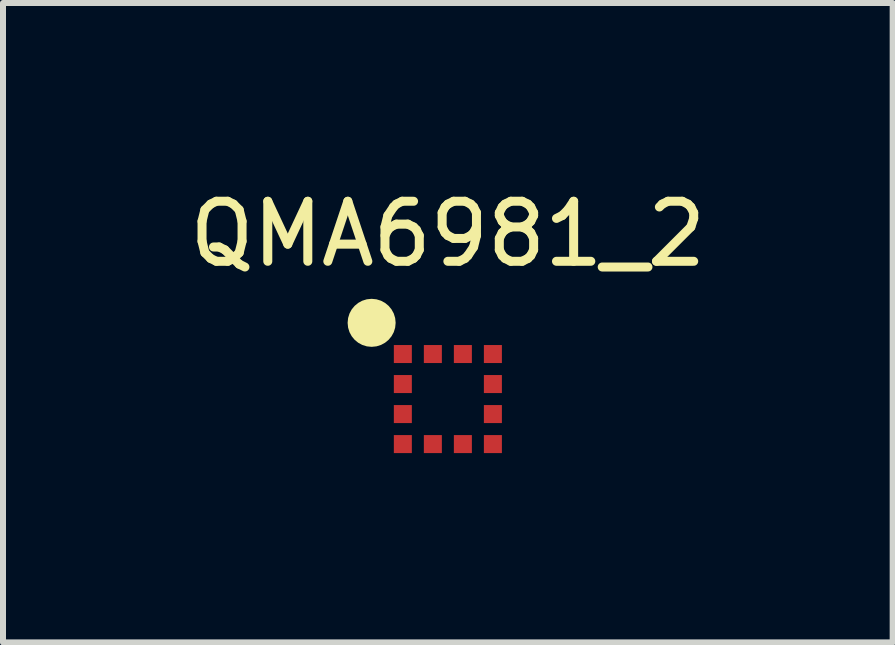
<source format=kicad_pcb>
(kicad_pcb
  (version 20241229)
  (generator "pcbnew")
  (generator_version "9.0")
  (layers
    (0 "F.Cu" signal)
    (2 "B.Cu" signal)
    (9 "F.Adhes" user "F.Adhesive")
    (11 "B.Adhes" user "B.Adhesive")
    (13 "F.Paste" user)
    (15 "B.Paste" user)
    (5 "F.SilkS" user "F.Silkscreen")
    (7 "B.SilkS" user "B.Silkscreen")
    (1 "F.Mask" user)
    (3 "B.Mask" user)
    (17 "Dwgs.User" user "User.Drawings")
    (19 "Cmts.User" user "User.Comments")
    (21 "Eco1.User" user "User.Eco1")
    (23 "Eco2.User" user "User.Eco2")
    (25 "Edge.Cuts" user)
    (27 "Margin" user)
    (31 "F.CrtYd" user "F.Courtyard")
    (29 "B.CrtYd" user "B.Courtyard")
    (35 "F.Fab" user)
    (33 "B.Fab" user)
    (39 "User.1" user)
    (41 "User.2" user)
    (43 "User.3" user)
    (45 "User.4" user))
  (footprint "QMA6981_2"
    (layer "F.Cu")
    (at 4.411 3.598)
    (property "Reference" "QMA6981_2" (at 0 -2.75 0) (layer "F.SilkS") (effects (font (size 1 1) (thickness 0.15))))
    (attr through_hole)
    (fp_poly (pts (xy -1.053 1.053) (xy -1.053 -1.053) (xy -0.473 -1.053) (xy -0.473 1.053)) (stroke (width 0.001) (type solid)) (fill yes) (layer "F.Mask"))
    (fp_poly (pts (xy 1.053 -0.473) (xy -1.053 -0.473) (xy -1.053 -1.053) (xy 1.053 -1.053)) (stroke (width 0.001) (type solid)) (fill yes) (layer "F.Mask"))
    (fp_poly (pts (xy 1.053 1.053) (xy -1.053 1.053) (xy -1.053 0.473) (xy 1.053 0.473)) (stroke (width 0.001) (type solid)) (fill yes) (layer "F.Mask"))
    (fp_poly (pts (xy 1.053 1.053) (xy 1.053 -1.053) (xy 0.473 -1.053) (xy 0.473 1.053)) (stroke (width 0.001) (type solid)) (fill yes) (layer "F.Mask"))
    (fp_circle (center -1.27 -1.27) (end -1.07 -1.27) (stroke (width 0.4) (type solid)) (fill no) (layer "F.SilkS"))
    (pad "1" smd rect (at -0.75 -0.75) (size 0.3 0.3) (layers "F.Cu" "F.Mask" "F.Paste"))
    (pad "2" smd rect (at -0.75 -0.25) (size 0.3 0.3) (layers "F.Cu" "F.Mask" "F.Paste"))
    (pad "3" smd rect (at -0.75 0.25) (size 0.3 0.3) (layers "F.Cu" "F.Mask" "F.Paste"))
    (pad "4" smd rect (at -0.75 0.75) (size 0.3 0.3) (layers "F.Cu" "F.Mask" "F.Paste"))
    (pad "5" smd rect (at -0.25 0.75 90) (size 0.3 0.3) (layers "F.Cu" "F.Mask" "F.Paste"))
    (pad "6" smd rect (at 0.25 0.75 90) (size 0.3 0.3) (layers "F.Cu" "F.Mask" "F.Paste"))
    (pad "7" smd rect (at 0.75 0.75) (size 0.3 0.3) (layers "F.Cu" "F.Mask" "F.Paste"))
    (pad "8" smd rect (at 0.75 0.25) (size 0.3 0.3) (layers "F.Cu" "F.Mask" "F.Paste"))
    (pad "9" smd rect (at 0.75 -0.25) (size 0.3 0.3) (layers "F.Cu" "F.Mask" "F.Paste"))
    (pad "10" smd rect (at 0.75 -0.75) (size 0.3 0.3) (layers "F.Cu" "F.Mask" "F.Paste"))
    (pad "11" smd rect (at 0.25 -0.75 90) (size 0.3 0.3) (layers "F.Cu" "F.Mask" "F.Paste"))
    (pad "12" smd rect (at -0.25 -0.75 90) (size 0.3 0.3) (layers "F.Cu" "F.Mask" "F.Paste")))
  (gr_rect
    (start -3 -3)
    (end 11.821 7.652)
    (stroke (width 0.1) (type default))
    (fill no)
    (layer "Edge.Cuts")))
</source>
